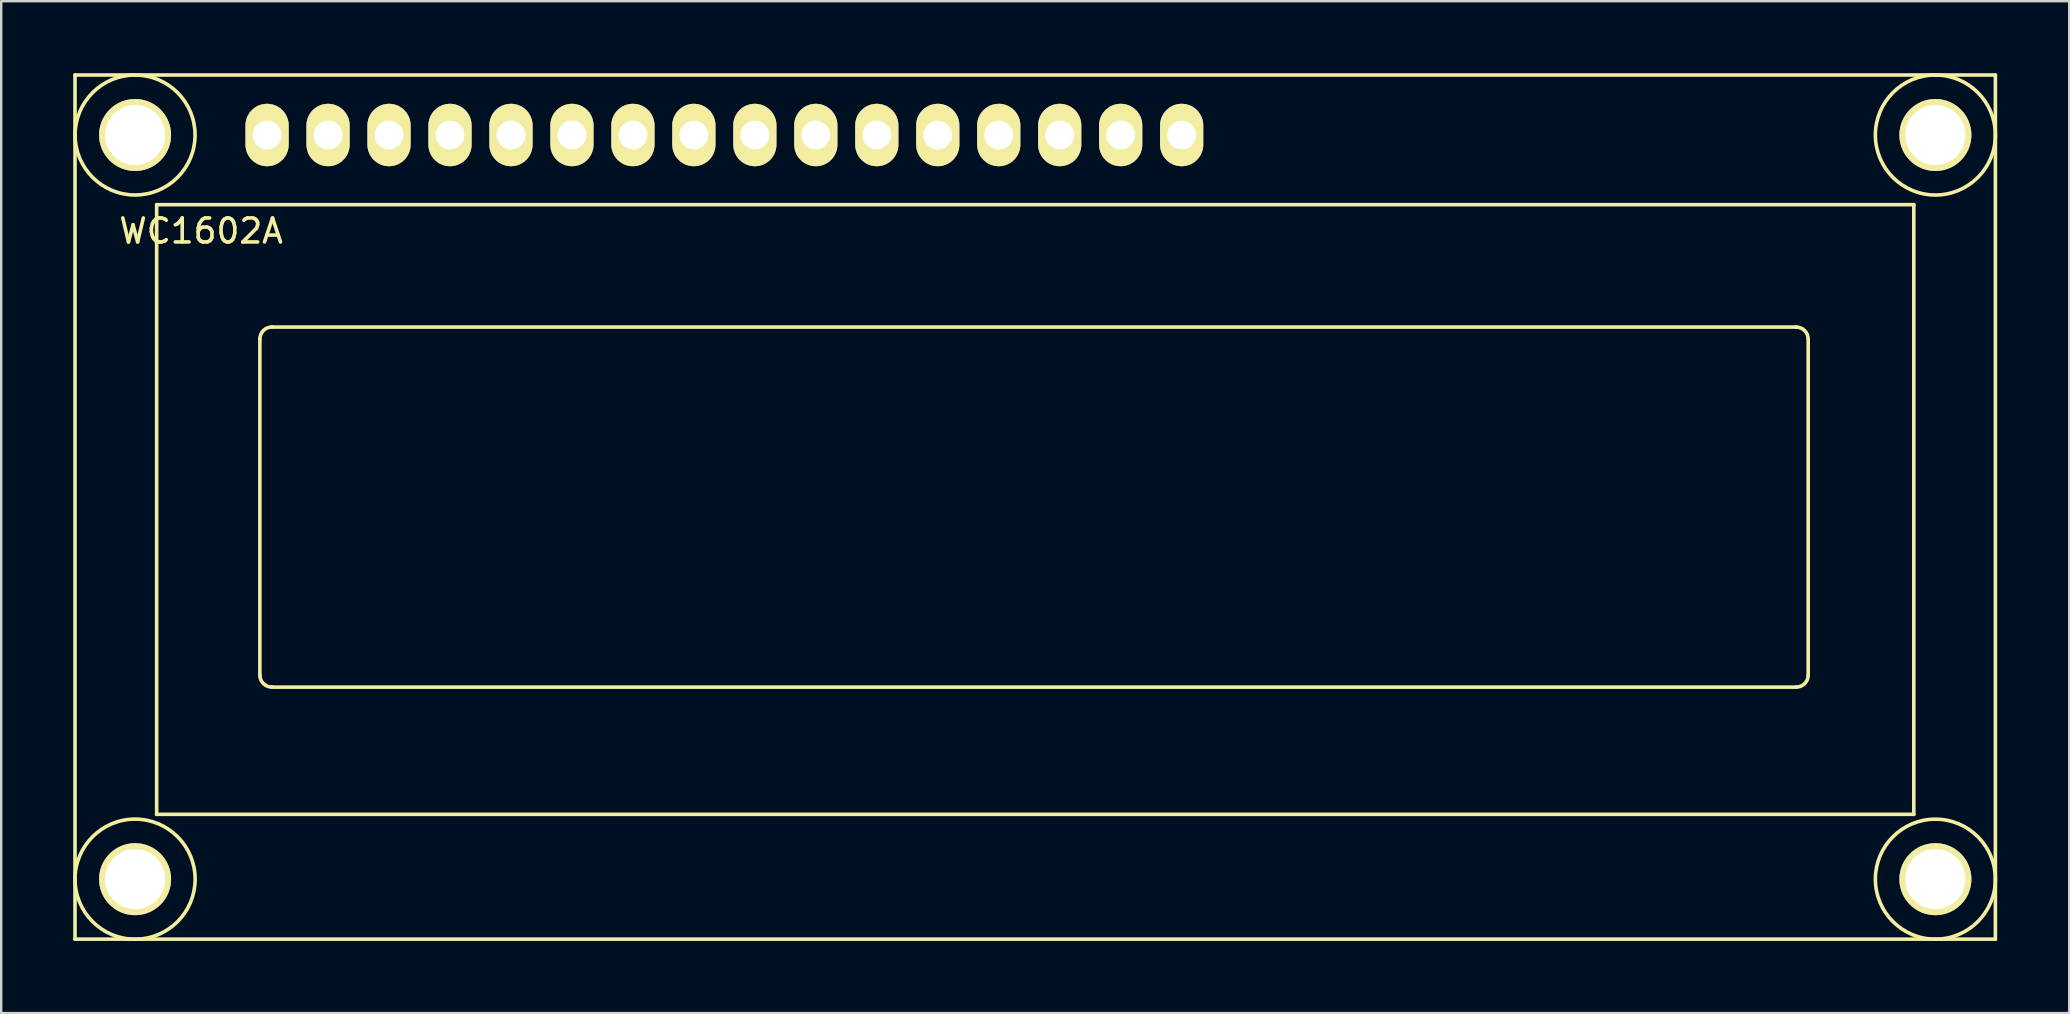
<source format=kicad_pcb>
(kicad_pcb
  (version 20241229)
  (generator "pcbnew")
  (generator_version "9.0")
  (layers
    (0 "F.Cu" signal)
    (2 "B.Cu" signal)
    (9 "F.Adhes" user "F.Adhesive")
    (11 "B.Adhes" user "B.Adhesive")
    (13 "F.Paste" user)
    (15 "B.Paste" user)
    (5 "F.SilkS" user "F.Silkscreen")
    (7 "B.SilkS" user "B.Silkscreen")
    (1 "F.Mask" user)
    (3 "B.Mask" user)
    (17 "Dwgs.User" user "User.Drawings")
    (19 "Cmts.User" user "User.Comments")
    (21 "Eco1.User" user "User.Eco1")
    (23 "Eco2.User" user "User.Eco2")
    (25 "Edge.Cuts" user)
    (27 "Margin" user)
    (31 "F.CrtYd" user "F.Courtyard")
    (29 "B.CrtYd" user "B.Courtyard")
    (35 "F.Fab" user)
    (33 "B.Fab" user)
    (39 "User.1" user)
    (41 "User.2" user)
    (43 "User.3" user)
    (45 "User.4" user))
  (footprint "WC1602A"
    (layer "F.Cu")
    (at 8.076 2.574)
    (property "Reference" "WC1602A" (at -2.75 4 0) (layer "F.SilkS") (effects (font (size 1 1) (thickness 0.15))))
    (attr through_hole)
    (fp_line (start -8.001 -2.499) (end 71.999 -2.499) (stroke (width 0.15) (type solid)) (layer "F.SilkS"))
    (fp_line (start -8.001 33.5) (end -8.001 -2.499) (stroke (width 0.15) (type solid)) (layer "F.SilkS"))
    (fp_line (start -4.6 2.901) (end 68.6 2.901) (stroke (width 0.15) (type solid)) (layer "F.SilkS"))
    (fp_line (start -4.6 28.301) (end -4.6 2.901) (stroke (width 0.15) (type solid)) (layer "F.SilkS"))
    (fp_line (start -0.3 22.499) (end -0.3 8.499) (stroke (width 0.15) (type solid)) (layer "F.SilkS"))
    (fp_line (start 0.201 8.001) (end 63.701 8.001) (stroke (width 0.15) (type solid)) (layer "F.SilkS"))
    (fp_line (start 63.701 23) (end 0.201 23) (stroke (width 0.15) (type solid)) (layer "F.SilkS"))
    (fp_line (start 64.201 8.499) (end 64.201 22.499) (stroke (width 0.15) (type solid)) (layer "F.SilkS"))
    (fp_line (start 68.6 2.901) (end 68.6 28.301) (stroke (width 0.15) (type solid)) (layer "F.SilkS"))
    (fp_line (start 68.6 28.301) (end -4.6 28.301) (stroke (width 0.15) (type solid)) (layer "F.SilkS"))
    (fp_line (start 71.999 -2.499) (end 71.999 33.5) (stroke (width 0.15) (type solid)) (layer "F.SilkS"))
    (fp_line (start 71.999 33.5) (end -8.001 33.5) (stroke (width 0.15) (type solid)) (layer "F.SilkS"))
    (fp_arc (start -0.29972 8.49884) (mid -0.153162 8.145018) (end 0.20066 7.99846) (stroke (width 0.15) (type solid)) (layer "F.SilkS"))
    (fp_arc (start 0.20066 22.9997) (mid -0.153162 22.853142) (end -0.29972 22.49932) (stroke (width 0.15) (type solid)) (layer "F.SilkS"))
    (fp_arc (start 63.70066 8.001) (mid 64.052686 8.146814) (end 64.1985 8.49884) (stroke (width 0.15) (type solid)) (layer "F.SilkS"))
    (fp_arc (start 64.20104 22.49932) (mid 64.054482 22.853142) (end 63.70066 22.9997) (stroke (width 0.15) (type solid)) (layer "F.SilkS"))
    (fp_circle (center -5.499 0) (end -3 0) (stroke (width 0.15) (type solid)) (fill no) (layer "F.SilkS"))
    (fp_circle (center -5.499 31.001) (end -8.001 31.001) (stroke (width 0.15) (type solid)) (fill no) (layer "F.SilkS"))
    (fp_circle (center 69.499 0) (end 71.999 0) (stroke (width 0.15) (type solid)) (fill no) (layer "F.SilkS"))
    (fp_circle (center 69.499 31.001) (end 71.999 31.001) (stroke (width 0.15) (type solid)) (fill no) (layer "F.SilkS"))
    (pad "0" thru_hole circle (at -5.499 0) (size 3 3) (drill 2.5) (layers "*.Cu" "*.Mask" "F.SilkS"))
    (pad "0" thru_hole circle (at -5.499 31.001) (size 3 3) (drill 2.5) (layers "*.Cu" "*.Mask" "F.SilkS"))
    (pad "0" thru_hole circle (at 69.499 0) (size 3 3) (drill 2.5) (layers "*.Cu" "*.Mask" "F.SilkS"))
    (pad "0" thru_hole circle (at 69.499 31.001) (size 3 3) (drill 2.5) (layers "*.Cu" "*.Mask" "F.SilkS"))
    (pad "1" thru_hole oval (at 0 0) (size 1.8 2.6) (drill 1.2) (layers "*.Cu" "*.Mask" "F.SilkS"))
    (pad "2" thru_hole oval (at 2.54 0) (size 1.8 2.6) (drill 1.2) (layers "*.Cu" "*.Mask" "F.SilkS"))
    (pad "3" thru_hole oval (at 5.08 0) (size 1.8 2.6) (drill 1.2) (layers "*.Cu" "*.Mask" "F.SilkS"))
    (pad "4" thru_hole oval (at 7.62 0) (size 1.8 2.6) (drill 1.2) (layers "*.Cu" "*.Mask" "F.SilkS"))
    (pad "5" thru_hole oval (at 10.16 0) (size 1.8 2.6) (drill 1.2) (layers "*.Cu" "*.Mask" "F.SilkS"))
    (pad "6" thru_hole oval (at 12.7 0) (size 1.8 2.6) (drill 1.2) (layers "*.Cu" "*.Mask" "F.SilkS"))
    (pad "7" thru_hole oval (at 15.24 0) (size 1.8 2.6) (drill 1.2) (layers "*.Cu" "*.Mask" "F.SilkS"))
    (pad "8" thru_hole oval (at 17.78 0) (size 1.8 2.6) (drill 1.2) (layers "*.Cu" "*.Mask" "F.SilkS"))
    (pad "9" thru_hole oval (at 20.32 0) (size 1.8 2.6) (drill 1.2) (layers "*.Cu" "*.Mask" "F.SilkS"))
    (pad "10" thru_hole oval (at 22.86 0) (size 1.8 2.6) (drill 1.2) (layers "*.Cu" "*.Mask" "F.SilkS"))
    (pad "11" thru_hole oval (at 25.4 0) (size 1.8 2.6) (drill 1.2) (layers "*.Cu" "*.Mask" "F.SilkS"))
    (pad "12" thru_hole oval (at 27.94 0) (size 1.8 2.6) (drill 1.2) (layers "*.Cu" "*.Mask" "F.SilkS"))
    (pad "13" thru_hole oval (at 30.48 0) (size 1.8 2.6) (drill 1.2) (layers "*.Cu" "*.Mask" "F.SilkS"))
    (pad "14" thru_hole oval (at 33.02 0) (size 1.8 2.6) (drill 1.2) (layers "*.Cu" "*.Mask" "F.SilkS"))
    (pad "15" thru_hole oval (at 35.56 0) (size 1.8 2.6) (drill 1.2) (layers "*.Cu" "*.Mask" "F.SilkS"))
    (pad "16" thru_hole oval (at 38.1 0) (size 1.8 2.6) (drill 1.2) (layers "*.Cu" "*.Mask" "F.SilkS")))
  (gr_rect
    (start -3 -3)
    (end 83.15 39.152)
    (stroke (width 0.1) (type default))
    (fill no)
    (layer "Edge.Cuts")))
</source>
